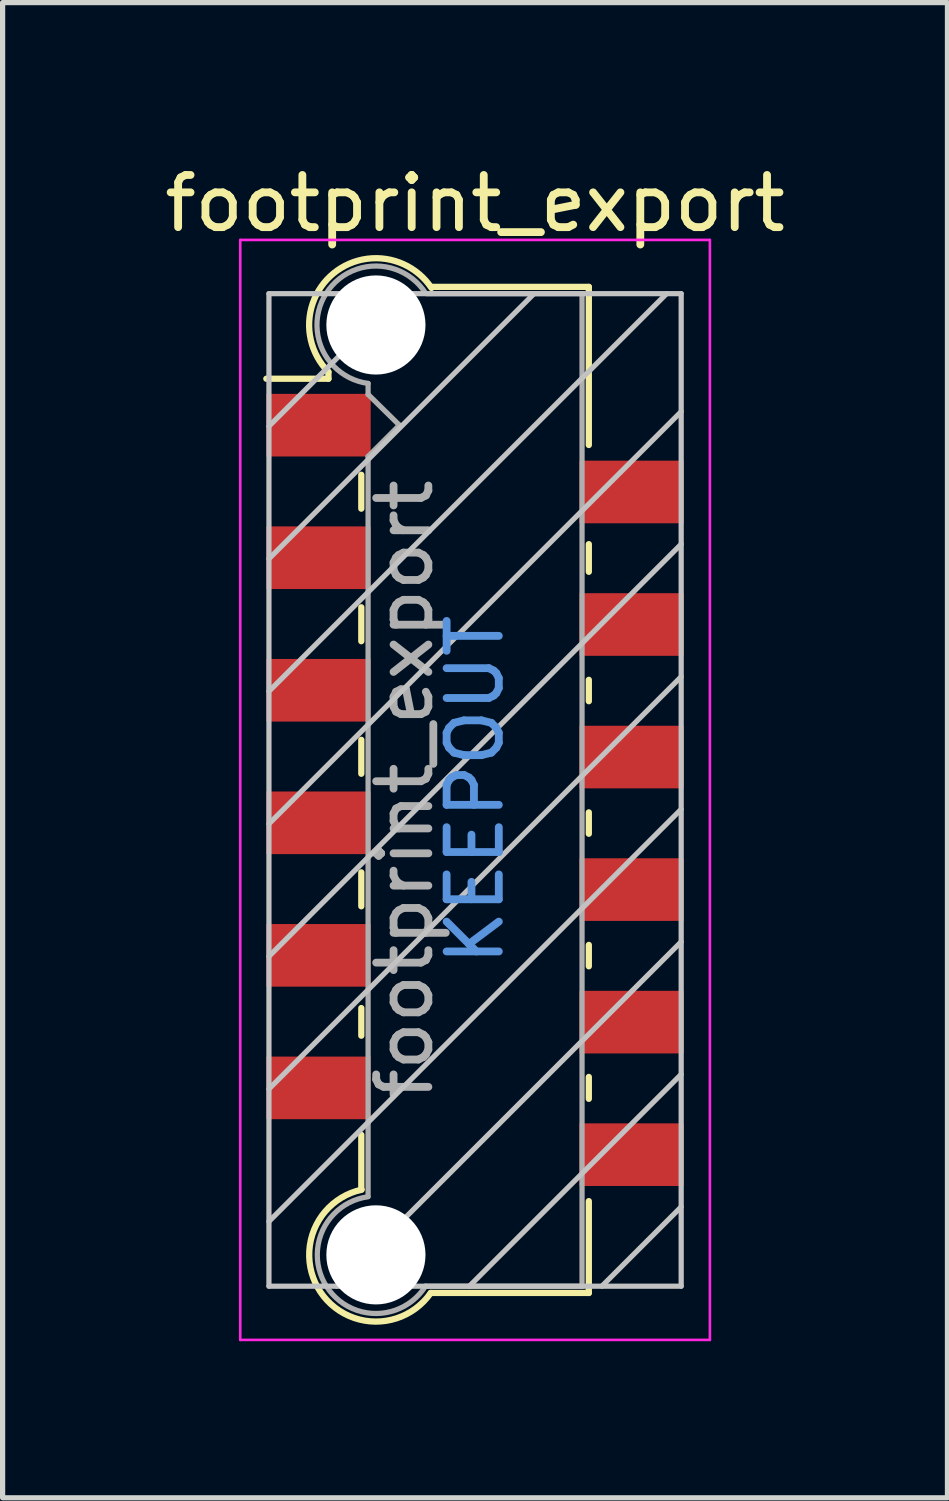
<source format=kicad_pcb>
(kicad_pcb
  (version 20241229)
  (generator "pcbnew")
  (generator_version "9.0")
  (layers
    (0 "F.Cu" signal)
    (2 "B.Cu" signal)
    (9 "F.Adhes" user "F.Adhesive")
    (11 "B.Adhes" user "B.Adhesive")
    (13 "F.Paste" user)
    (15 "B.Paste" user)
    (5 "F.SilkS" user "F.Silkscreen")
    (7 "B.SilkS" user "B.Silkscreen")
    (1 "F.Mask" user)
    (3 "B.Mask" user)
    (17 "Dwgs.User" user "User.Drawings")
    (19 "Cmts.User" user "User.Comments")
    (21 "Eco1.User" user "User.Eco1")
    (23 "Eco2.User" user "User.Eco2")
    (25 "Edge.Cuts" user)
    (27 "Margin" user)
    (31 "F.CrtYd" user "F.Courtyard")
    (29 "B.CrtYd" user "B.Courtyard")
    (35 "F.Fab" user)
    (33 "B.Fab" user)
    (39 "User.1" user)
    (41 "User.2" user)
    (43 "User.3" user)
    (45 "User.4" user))
  (footprint "footprint_export"
    (layer "F.Cu")
    (at 6.054 12.088)
    (property "Reference" "footprint_export" (at 0 -11.24 0) (layer "F.SilkS") (effects (font (size 1 1) (thickness 0.15))))
    (attr smd)
    (fp_line (start -2.81 -8.01) (end -2.81 -7.88) (stroke (width 0.12) (type solid)) (layer "F.SilkS"))
    (fp_line (start -2.81 -7.88) (end -4 -7.88) (stroke (width 0.12) (type solid)) (layer "F.SilkS"))
    (fp_line (start -2.18 -5.39) (end -2.18 -6.04) (stroke (width 0.12) (type solid)) (layer "F.SilkS"))
    (fp_line (start -2.18 -2.85) (end -2.18 -3.5) (stroke (width 0.12) (type solid)) (layer "F.SilkS"))
    (fp_line (start -2.18 -0.31) (end -2.18 -0.96) (stroke (width 0.12) (type solid)) (layer "F.SilkS"))
    (fp_line (start -2.18 2.23) (end -2.18 1.58) (stroke (width 0.12) (type solid)) (layer "F.SilkS"))
    (fp_line (start -2.18 4.71) (end -2.18 4.18) (stroke (width 0.12) (type solid)) (layer "F.SilkS"))
    (fp_line (start -2.18 7.66) (end -2.18 6.61) (stroke (width 0.12) (type solid)) (layer "F.SilkS"))
    (fp_line (start 2.18 -9.64) (end -0.82 -9.64) (stroke (width 0.12) (type solid)) (layer "F.SilkS"))
    (fp_line (start 2.18 -9.64) (end 2.18 -6.61) (stroke (width 0.12) (type solid)) (layer "F.SilkS"))
    (fp_line (start 2.18 -4.71) (end 2.18 -4.18) (stroke (width 0.12) (type solid)) (layer "F.SilkS"))
    (fp_line (start 2.18 -2.11) (end 2.18 -1.7) (stroke (width 0.12) (type solid)) (layer "F.SilkS"))
    (fp_line (start 2.18 0.43) (end 2.18 0.84) (stroke (width 0.12) (type solid)) (layer "F.SilkS"))
    (fp_line (start 2.18 2.97) (end 2.18 3.38) (stroke (width 0.12) (type solid)) (layer "F.SilkS"))
    (fp_line (start 2.18 5.5) (end 2.18 5.92) (stroke (width 0.12) (type solid)) (layer "F.SilkS"))
    (fp_line (start 2.18 7.88) (end 2.18 9.64) (stroke (width 0.12) (type solid)) (layer "F.SilkS"))
    (fp_line (start 2.18 9.64) (end -0.85 9.64) (stroke (width 0.12) (type solid)) (layer "F.SilkS"))
    (fp_arc (start -2.81 -8.01) (mid -2.708637 -9.902072) (end -0.834991 -9.619828) (stroke (width 0.12) (type solid)) (layer "F.SilkS"))
    (fp_arc (start -0.85 9.64) (mid -2.962791 9.621248) (end -2.174424 7.660964) (stroke (width 0.12) (type solid)) (layer "F.SilkS"))
    (fp_line (start -3.95 -9.51) (end -3.95 9.51) (stroke (width 0.1) (type solid)) (layer "Dwgs.User"))
    (fp_line (start -3.95 -6.97) (end -1.41 -9.51) (stroke (width 0.1) (type solid)) (layer "Dwgs.User"))
    (fp_line (start -3.95 -4.43) (end 1.13 -9.51) (stroke (width 0.1) (type solid)) (layer "Dwgs.User"))
    (fp_line (start -3.95 -1.89) (end 3.67 -9.51) (stroke (width 0.1) (type solid)) (layer "Dwgs.User"))
    (fp_line (start -3.95 0.65) (end 3.95 -7.25) (stroke (width 0.1) (type solid)) (layer "Dwgs.User"))
    (fp_line (start -3.95 3.19) (end 3.95 -4.71) (stroke (width 0.1) (type solid)) (layer "Dwgs.User"))
    (fp_line (start -3.95 5.73) (end 3.95 -2.17) (stroke (width 0.1) (type solid)) (layer "Dwgs.User"))
    (fp_line (start -3.95 8.27) (end 3.95 0.37) (stroke (width 0.1) (type solid)) (layer "Dwgs.User"))
    (fp_line (start -3.95 9.51) (end 3.95 9.51) (stroke (width 0.1) (type solid)) (layer "Dwgs.User"))
    (fp_line (start -2.65 9.51) (end 3.95 2.91) (stroke (width 0.1) (type solid)) (layer "Dwgs.User"))
    (fp_line (start -0.11 9.51) (end 3.95 5.45) (stroke (width 0.1) (type solid)) (layer "Dwgs.User"))
    (fp_line (start 2.43 9.51) (end 3.95 7.99) (stroke (width 0.1) (type solid)) (layer "Dwgs.User"))
    (fp_line (start 3.95 -9.51) (end -3.95 -9.51) (stroke (width 0.1) (type solid)) (layer "Dwgs.User"))
    (fp_line (start 3.95 9.51) (end 3.95 -9.51) (stroke (width 0.1) (type solid)) (layer "Dwgs.User"))
    (fp_line (start -4.5 -10.54) (end -4.5 10.54) (stroke (width 0.05) (type solid)) (layer "F.CrtYd"))
    (fp_line (start -4.5 10.54) (end 4.5 10.54) (stroke (width 0.05) (type solid)) (layer "F.CrtYd"))
    (fp_line (start 4.5 -10.54) (end -4.5 -10.54) (stroke (width 0.05) (type solid)) (layer "F.CrtYd"))
    (fp_line (start 4.5 10.54) (end 4.5 -10.54) (stroke (width 0.05) (type solid)) (layer "F.CrtYd"))
    (fp_line (start -2.05 -7.58) (end -2.05 -7.79) (stroke (width 0.1) (type solid)) (layer "F.Fab"))
    (fp_line (start -2.05 -6.39) (end -1.45 -6.99) (stroke (width 0.1) (type solid)) (layer "F.Fab"))
    (fp_line (start -2.05 7.79) (end -2.05 -6.39) (stroke (width 0.1) (type solid)) (layer "F.Fab"))
    (fp_line (start -1.45 -6.99) (end -2.05 -7.58) (stroke (width 0.1) (type solid)) (layer "F.Fab"))
    (fp_line (start 2.05 -9.51) (end -0.93 -9.51) (stroke (width 0.1) (type solid)) (layer "F.Fab"))
    (fp_line (start 2.05 -9.51) (end 2.05 9.51) (stroke (width 0.1) (type solid)) (layer "F.Fab"))
    (fp_line (start 2.05 9.51) (end -0.95 9.51) (stroke (width 0.1) (type solid)) (layer "F.Fab"))
    (fp_arc (start -2.05 -7.79) (mid -2.851672 -9.519279) (end -0.945612 -9.515015) (stroke (width 0.1) (type solid)) (layer "F.Fab"))
    (fp_arc (start -0.95 9.51) (mid -2.845272 9.517422) (end -2.051022 7.796585) (stroke (width 0.1) (type solid)) (layer "F.Fab"))
    (fp_text user "KEEPOUT" (at 0 0 90) (layer "Cmts.User") (effects (font (size 1 1) (thickness 0.15))))
    (fp_text user "${REFERENCE}" (at -1.35 0 90) (layer "F.Fab") (effects (font (size 1 1) (thickness 0.15))))
    (pad "" np_thru_hole circle (at -1.9 -8.91) (size 1.9 1.9) (drill 1.9) (layers "*.Cu" "*.Mask"))
    (pad "" np_thru_hole circle (at -1.9 8.91) (size 1.9 1.9) (drill 1.9) (layers "*.Cu" "*.Mask"))
    (pad "1" smd rect (at -3 -6.99) (size 2 1.2) (layers "F.Cu" "F.Mask" "F.Paste"))
    (pad "2" smd rect (at 3 -5.71) (size 2 1.2) (layers "F.Cu" "F.Mask" "F.Paste"))
    (pad "3" smd rect (at -3 -4.45) (size 2 1.2) (layers "F.Cu" "F.Mask" "F.Paste"))
    (pad "4" smd rect (at 3 -3.17) (size 2 1.2) (layers "F.Cu" "F.Mask" "F.Paste"))
    (pad "5" smd rect (at -3 -1.91) (size 2 1.2) (layers "F.Cu" "F.Mask" "F.Paste"))
    (pad "6" smd rect (at 3 -0.63) (size 2 1.2) (layers "F.Cu" "F.Mask" "F.Paste"))
    (pad "7" smd rect (at -3 0.63) (size 2 1.2) (layers "F.Cu" "F.Mask" "F.Paste"))
    (pad "8" smd rect (at 3 1.91) (size 2 1.2) (layers "F.Cu" "F.Mask" "F.Paste"))
    (pad "9" smd rect (at -3 3.17) (size 2 1.2) (layers "F.Cu" "F.Mask" "F.Paste"))
    (pad "10" smd rect (at 3 4.45) (size 2 1.2) (layers "F.Cu" "F.Mask" "F.Paste"))
    (pad "11" smd rect (at -3 5.71) (size 2 1.2) (layers "F.Cu" "F.Mask" "F.Paste"))
    (pad "12" smd rect (at 3 6.99) (size 2 1.2) (layers "F.Cu" "F.Mask" "F.Paste")))
  (gr_rect
    (start -3 -3)
    (end 15.107 25.653)
    (stroke (width 0.1) (type default))
    (fill no)
    (layer "Edge.Cuts")))
</source>
